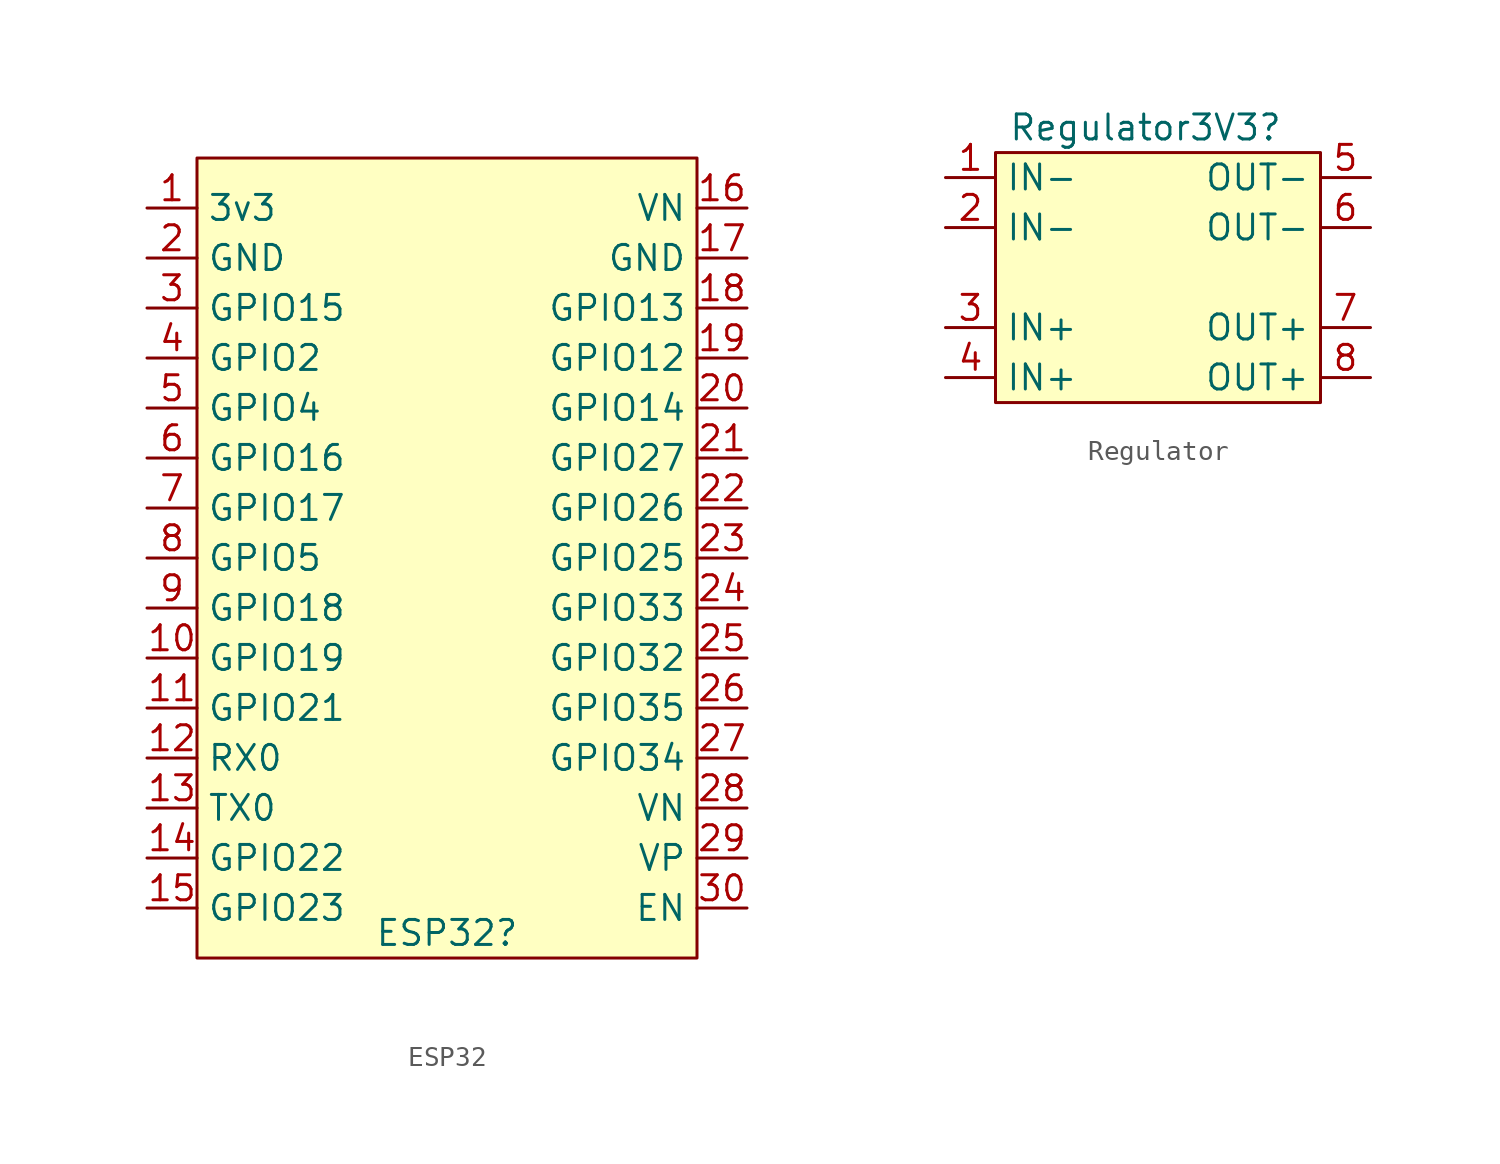
<source format=kicad_sym>
(kicad_symbol_lib
  (version 20241209)
  (generator "kicad_symbol_editor")
  (generator_version "9.0")
  (symbol "ESP32"
    (property "Reference" "ESP32"
      (at 0 -11.43 0)
      (effects (font (size 1.27 1.27))))
    (property "Value" ""
      (at 0 0 0)
      (effects (font (size 1.27 1.27))))
    (symbol "ESP32_1_1"
      (rectangle (start -12.7 27.94) (end 12.7 -12.7) (stroke (width 0) (type default)) (fill (type background)))
      (pin input line (at -15.24 25.4 0) (length 2.54) (name "3v3" (effects (font (size 1.27 1.27)))) (number "1" (effects (font (size 1.27 1.27)))))
      (pin input line (at -15.24 22.86 0) (length 2.54) (name "GND" (effects (font (size 1.27 1.27)))) (number "2" (effects (font (size 1.27 1.27)))))
      (pin input line (at -15.24 20.32 0) (length 2.54) (name "GPIO15" (effects (font (size 1.27 1.27)))) (number "3" (effects (font (size 1.27 1.27)))))
      (pin input line (at -15.24 17.78 0) (length 2.54) (name "GPIO2" (effects (font (size 1.27 1.27)))) (number "4" (effects (font (size 1.27 1.27)))))
      (pin input line (at -15.24 15.24 0) (length 2.54) (name "GPIO4" (effects (font (size 1.27 1.27)))) (number "5" (effects (font (size 1.27 1.27)))))
      (pin input line (at -15.24 12.7 0) (length 2.54) (name "GPIO16" (effects (font (size 1.27 1.27)))) (number "6" (effects (font (size 1.27 1.27)))))
      (pin input line (at -15.24 10.16 0) (length 2.54) (name "GPIO17" (effects (font (size 1.27 1.27)))) (number "7" (effects (font (size 1.27 1.27)))))
      (pin input line (at -15.24 7.62 0) (length 2.54) (name "GPIO5" (effects (font (size 1.27 1.27)))) (number "8" (effects (font (size 1.27 1.27)))))
      (pin input line (at -15.24 5.08 0) (length 2.54) (name "GPIO18" (effects (font (size 1.27 1.27)))) (number "9" (effects (font (size 1.27 1.27)))))
      (pin input line (at -15.24 2.54 0) (length 2.54) (name "GPIO19" (effects (font (size 1.27 1.27)))) (number "10" (effects (font (size 1.27 1.27)))))
      (pin input line (at -15.24 0 0) (length 2.54) (name "GPIO21" (effects (font (size 1.27 1.27)))) (number "11" (effects (font (size 1.27 1.27)))))
      (pin input line (at -15.24 -2.54 0) (length 2.54) (name "RX0" (effects (font (size 1.27 1.27)))) (number "12" (effects (font (size 1.27 1.27)))))
      (pin input line (at -15.24 -5.08 0) (length 2.54) (name "TX0" (effects (font (size 1.27 1.27)))) (number "13" (effects (font (size 1.27 1.27)))))
      (pin input line (at -15.24 -7.62 0) (length 2.54) (name "GPIO22" (effects (font (size 1.27 1.27)))) (number "14" (effects (font (size 1.27 1.27)))))
      (pin input line (at -15.24 -10.16 0) (length 2.54) (name "GPIO23" (effects (font (size 1.27 1.27)))) (number "15" (effects (font (size 1.27 1.27)))))
      (pin input line (at 15.24 25.4 180) (length 2.54) (name "VN" (effects (font (size 1.27 1.27)))) (number "16" (effects (font (size 1.27 1.27)))))
      (pin input line (at 15.24 22.86 180) (length 2.54) (name "GND" (effects (font (size 1.27 1.27)))) (number "17" (effects (font (size 1.27 1.27)))))
      (pin input line (at 15.24 20.32 180) (length 2.54) (name "GPIO13" (effects (font (size 1.27 1.27)))) (number "18" (effects (font (size 1.27 1.27)))))
      (pin input line (at 15.24 17.78 180) (length 2.54) (name "GPIO12" (effects (font (size 1.27 1.27)))) (number "19" (effects (font (size 1.27 1.27)))))
      (pin input line (at 15.24 15.24 180) (length 2.54) (name "GPIO14" (effects (font (size 1.27 1.27)))) (number "20" (effects (font (size 1.27 1.27)))))
      (pin input line (at 15.24 12.7 180) (length 2.54) (name "GPIO27" (effects (font (size 1.27 1.27)))) (number "21" (effects (font (size 1.27 1.27)))))
      (pin input line (at 15.24 10.16 180) (length 2.54) (name "GPIO26" (effects (font (size 1.27 1.27)))) (number "22" (effects (font (size 1.27 1.27)))))
      (pin input line (at 15.24 7.62 180) (length 2.54) (name "GPIO25" (effects (font (size 1.27 1.27)))) (number "23" (effects (font (size 1.27 1.27)))))
      (pin input line (at 15.24 5.08 180) (length 2.54) (name "GPIO33" (effects (font (size 1.27 1.27)))) (number "24" (effects (font (size 1.27 1.27)))))
      (pin input line (at 15.24 2.54 180) (length 2.54) (name "GPIO32" (effects (font (size 1.27 1.27)))) (number "25" (effects (font (size 1.27 1.27)))))
      (pin input line (at 15.24 0 180) (length 2.54) (name "GPIO35" (effects (font (size 1.27 1.27)))) (number "26" (effects (font (size 1.27 1.27)))))
      (pin input line (at 15.24 -2.54 180) (length 2.54) (name "GPIO34" (effects (font (size 1.27 1.27)))) (number "27" (effects (font (size 1.27 1.27)))))
      (pin input line (at 15.24 -5.08 180) (length 2.54) (name "VN" (effects (font (size 1.27 1.27)))) (number "28" (effects (font (size 1.27 1.27)))))
      (pin input line (at 15.24 -7.62 180) (length 2.54) (name "VP" (effects (font (size 1.27 1.27)))) (number "29" (effects (font (size 1.27 1.27)))))
      (pin input line (at 15.24 -10.16 180) (length 2.54) (name "EN" (effects (font (size 1.27 1.27)))) (number "30" (effects (font (size 1.27 1.27)))))))
  (symbol "Regulator"
    (property "Reference" "Regulator3V3"
      (at 0 5.08 0)
      (effects (font (size 1.27 1.27))))
    (property "Value" ""
      (at 0 0 0)
      (effects (font (size 1.27 1.27))))
    (symbol "Regulator_1_1"
      (rectangle (start -7.62 3.81) (end 8.89 -8.89) (stroke (width 0) (type default)) (fill (type background)))
      (pin input line (at -10.16 2.54 0) (length 2.54) (name "IN-" (effects (font (size 1.27 1.27)))) (number "1" (effects (font (size 1.27 1.27)))))
      (pin input line (at -10.16 0 0) (length 2.54) (name "IN-" (effects (font (size 1.27 1.27)))) (number "2" (effects (font (size 1.27 1.27)))))
      (pin input line (at -10.16 -5.08 0) (length 2.54) (name "IN+" (effects (font (size 1.27 1.27)))) (number "3" (effects (font (size 1.27 1.27)))))
      (pin input line (at -10.16 -7.62 0) (length 2.54) (name "IN+" (effects (font (size 1.27 1.27)))) (number "4" (effects (font (size 1.27 1.27)))))
      (pin input line (at 11.43 2.54 180) (length 2.54) (name "OUT-" (effects (font (size 1.27 1.27)))) (number "5" (effects (font (size 1.27 1.27)))))
      (pin input line (at 11.43 0 180) (length 2.54) (name "OUT-" (effects (font (size 1.27 1.27)))) (number "6" (effects (font (size 1.27 1.27)))))
      (pin input line (at 11.43 -5.08 180) (length 2.54) (name "OUT+" (effects (font (size 1.27 1.27)))) (number "7" (effects (font (size 1.27 1.27)))))
      (pin input line (at 11.43 -7.62 180) (length 2.54) (name "OUT+" (effects (font (size 1.27 1.27)))) (number "8" (effects (font (size 1.27 1.27))))))))
</source>
